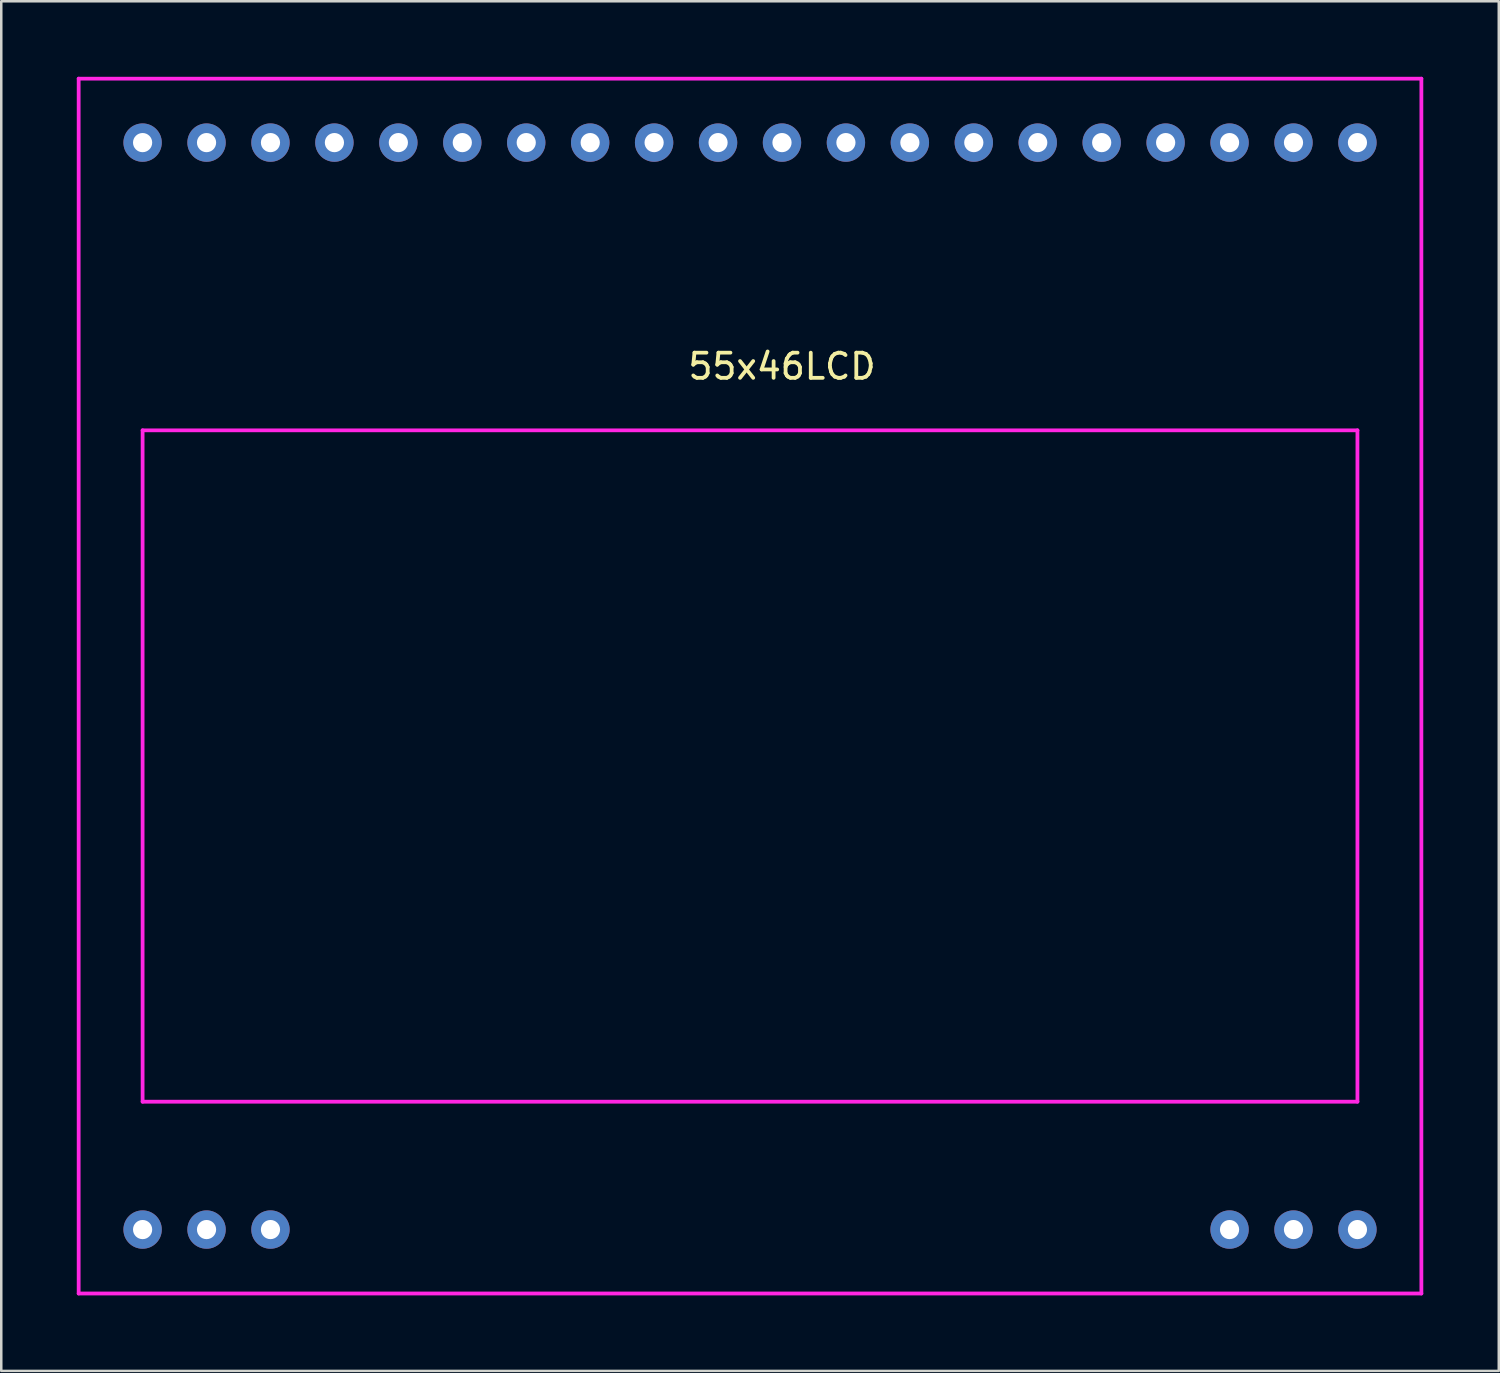
<source format=kicad_pcb>
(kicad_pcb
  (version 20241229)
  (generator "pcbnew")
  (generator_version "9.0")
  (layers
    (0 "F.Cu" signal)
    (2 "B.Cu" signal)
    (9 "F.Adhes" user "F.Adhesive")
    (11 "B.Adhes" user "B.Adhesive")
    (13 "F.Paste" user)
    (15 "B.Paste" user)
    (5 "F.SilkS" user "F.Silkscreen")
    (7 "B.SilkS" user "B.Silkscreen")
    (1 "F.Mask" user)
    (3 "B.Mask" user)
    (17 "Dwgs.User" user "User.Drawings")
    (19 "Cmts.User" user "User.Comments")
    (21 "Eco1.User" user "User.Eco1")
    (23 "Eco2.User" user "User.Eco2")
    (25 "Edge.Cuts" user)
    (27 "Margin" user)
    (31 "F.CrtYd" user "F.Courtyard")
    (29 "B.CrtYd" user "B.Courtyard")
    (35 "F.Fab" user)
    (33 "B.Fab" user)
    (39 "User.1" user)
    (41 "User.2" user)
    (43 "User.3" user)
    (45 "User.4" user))
  (footprint "55x46LCD"
    (layer "F.Cu")
    (at 2.615 45.795)
    (property "Reference" "55x46LCD" (at 25.4 -34.29 0) (layer "F.SilkS") (effects (font (size 1 1) (thickness 0.15))))
    (attr through_hole)
    (fp_line (start -2.54 -45.72) (end 50.8 -45.72) (stroke (width 0.15) (type solid)) (layer "F.CrtYd"))
    (fp_line (start -2.54 2.54) (end -2.54 -45.72) (stroke (width 0.15) (type solid)) (layer "F.CrtYd"))
    (fp_line (start 0 -31.75) (end 0 -5.08) (stroke (width 0.15) (type solid)) (layer "F.CrtYd"))
    (fp_line (start 0 -5.08) (end 48.26 -5.08) (stroke (width 0.15) (type solid)) (layer "F.CrtYd"))
    (fp_line (start 48.26 -31.75) (end 0 -31.75) (stroke (width 0.15) (type solid)) (layer "F.CrtYd"))
    (fp_line (start 48.26 -5.08) (end 48.26 -31.75) (stroke (width 0.15) (type solid)) (layer "F.CrtYd"))
    (fp_line (start 50.8 -45.72) (end 50.8 2.54) (stroke (width 0.15) (type solid)) (layer "F.CrtYd"))
    (fp_line (start 50.8 2.54) (end -2.54 2.54) (stroke (width 0.15) (type solid)) (layer "F.CrtYd"))
    (pad "1" thru_hole circle (at 0 0) (size 1.524 1.524) (drill 0.762) (layers "*.Cu" "*.Mask"))
    (pad "2" thru_hole circle (at 2.54 0) (size 1.524 1.524) (drill 0.762) (layers "*.Cu" "*.Mask"))
    (pad "3" thru_hole circle (at 5.08 0) (size 1.524 1.524) (drill 0.762) (layers "*.Cu" "*.Mask"))
    (pad "18" thru_hole circle (at 43.18 0) (size 1.524 1.524) (drill 0.762) (layers "*.Cu" "*.Mask"))
    (pad "19" thru_hole circle (at 45.72 0) (size 1.524 1.524) (drill 0.762) (layers "*.Cu" "*.Mask"))
    (pad "20" thru_hole circle (at 48.26 0) (size 1.524 1.524) (drill 0.762) (layers "*.Cu" "*.Mask"))
    (pad "21" thru_hole circle (at 48.26 -43.18) (size 1.524 1.524) (drill 0.762) (layers "*.Cu" "*.Mask"))
    (pad "22" thru_hole circle (at 45.72 -43.18) (size 1.524 1.524) (drill 0.762) (layers "*.Cu" "*.Mask"))
    (pad "23" thru_hole circle (at 43.18 -43.18) (size 1.524 1.524) (drill 0.762) (layers "*.Cu" "*.Mask"))
    (pad "24" thru_hole circle (at 40.64 -43.18) (size 1.524 1.524) (drill 0.762) (layers "*.Cu" "*.Mask"))
    (pad "25" thru_hole circle (at 38.1 -43.18) (size 1.524 1.524) (drill 0.762) (layers "*.Cu" "*.Mask"))
    (pad "26" thru_hole circle (at 35.56 -43.18) (size 1.524 1.524) (drill 0.762) (layers "*.Cu" "*.Mask"))
    (pad "27" thru_hole circle (at 33.02 -43.18) (size 1.524 1.524) (drill 0.762) (layers "*.Cu" "*.Mask"))
    (pad "28" thru_hole circle (at 30.48 -43.18) (size 1.524 1.524) (drill 0.762) (layers "*.Cu" "*.Mask"))
    (pad "29" thru_hole circle (at 27.94 -43.18) (size 1.524 1.524) (drill 0.762) (layers "*.Cu" "*.Mask"))
    (pad "30" thru_hole circle (at 25.4 -43.18) (size 1.524 1.524) (drill 0.762) (layers "*.Cu" "*.Mask"))
    (pad "31" thru_hole circle (at 22.86 -43.18) (size 1.524 1.524) (drill 0.762) (layers "*.Cu" "*.Mask"))
    (pad "32" thru_hole circle (at 20.32 -43.18) (size 1.524 1.524) (drill 0.762) (layers "*.Cu" "*.Mask"))
    (pad "33" thru_hole circle (at 17.78 -43.18) (size 1.524 1.524) (drill 0.762) (layers "*.Cu" "*.Mask"))
    (pad "34" thru_hole circle (at 15.24 -43.18) (size 1.524 1.524) (drill 0.762) (layers "*.Cu" "*.Mask"))
    (pad "35" thru_hole circle (at 12.7 -43.18) (size 1.524 1.524) (drill 0.762) (layers "*.Cu" "*.Mask"))
    (pad "36" thru_hole circle (at 10.16 -43.18) (size 1.524 1.524) (drill 0.762) (layers "*.Cu" "*.Mask"))
    (pad "37" thru_hole circle (at 7.62 -43.18) (size 1.524 1.524) (drill 0.762) (layers "*.Cu" "*.Mask"))
    (pad "38" thru_hole circle (at 5.08 -43.18) (size 1.524 1.524) (drill 0.762) (layers "*.Cu" "*.Mask"))
    (pad "39" thru_hole circle (at 2.54 -43.18) (size 1.524 1.524) (drill 0.762) (layers "*.Cu" "*.Mask"))
    (pad "40" thru_hole circle (at 0 -43.18) (size 1.524 1.524) (drill 0.762) (layers "*.Cu" "*.Mask")))
  (gr_rect
    (start -3 -3)
    (end 56.49 51.41)
    (stroke (width 0.1) (type default))
    (fill no)
    (layer "Edge.Cuts")))
</source>
